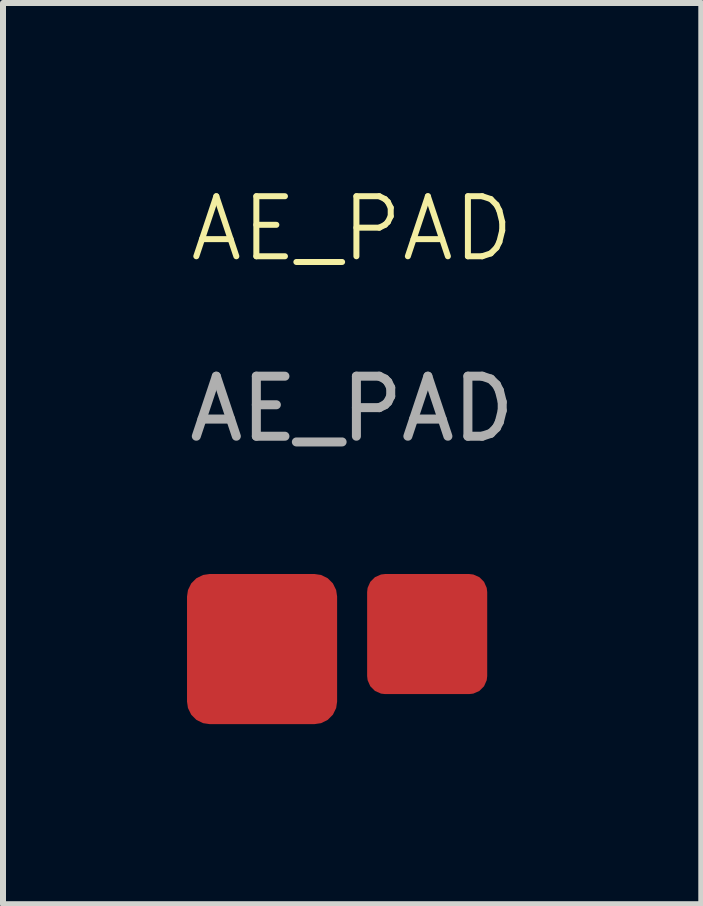
<source format=kicad_pcb>
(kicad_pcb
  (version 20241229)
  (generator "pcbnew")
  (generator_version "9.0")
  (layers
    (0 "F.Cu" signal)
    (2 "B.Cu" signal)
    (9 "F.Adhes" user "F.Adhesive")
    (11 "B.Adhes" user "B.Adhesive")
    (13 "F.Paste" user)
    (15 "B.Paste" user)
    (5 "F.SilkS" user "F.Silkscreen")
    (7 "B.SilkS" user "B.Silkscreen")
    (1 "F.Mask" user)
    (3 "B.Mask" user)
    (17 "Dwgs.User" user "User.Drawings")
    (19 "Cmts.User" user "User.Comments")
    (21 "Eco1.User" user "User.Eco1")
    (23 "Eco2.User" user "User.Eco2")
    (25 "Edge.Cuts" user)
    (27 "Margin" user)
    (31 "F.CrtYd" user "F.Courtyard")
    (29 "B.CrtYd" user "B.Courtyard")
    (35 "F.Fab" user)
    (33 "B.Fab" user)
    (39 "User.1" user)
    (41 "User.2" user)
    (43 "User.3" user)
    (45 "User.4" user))
  (footprint "AE_PAD"
    (layer "F.Cu")
    (at 2.815 7.511)
    (property "Reference" "AE_PAD" (at 0 -6.75 0) (unlocked yes) (layer "F.SilkS") (effects (font (size 1 1) (thickness 0.1))))
    (attr smd)
    (fp_text user "${REFERENCE}" (at 0 -3.75 0) (unlocked yes) (layer "F.Fab") (effects (font (size 1 1) (thickness 0.15))))
    (pad "1" smd roundrect (at 1.25 0 270) (size 2 2) (layers "F.Cu" "F.Mask" "F.Paste") (roundrect_rratio 0.15))
    (pad "2" smd roundrect (at -1.5 0.25 270) (size 2.5 2.5) (layers "F.Cu" "F.Mask" "F.Paste") (roundrect_rratio 0.15)))
  (gr_rect
    (start -3 -3)
    (end 8.631 12.011)
    (stroke (width 0.1) (type default))
    (fill no)
    (layer "Edge.Cuts")))
</source>
